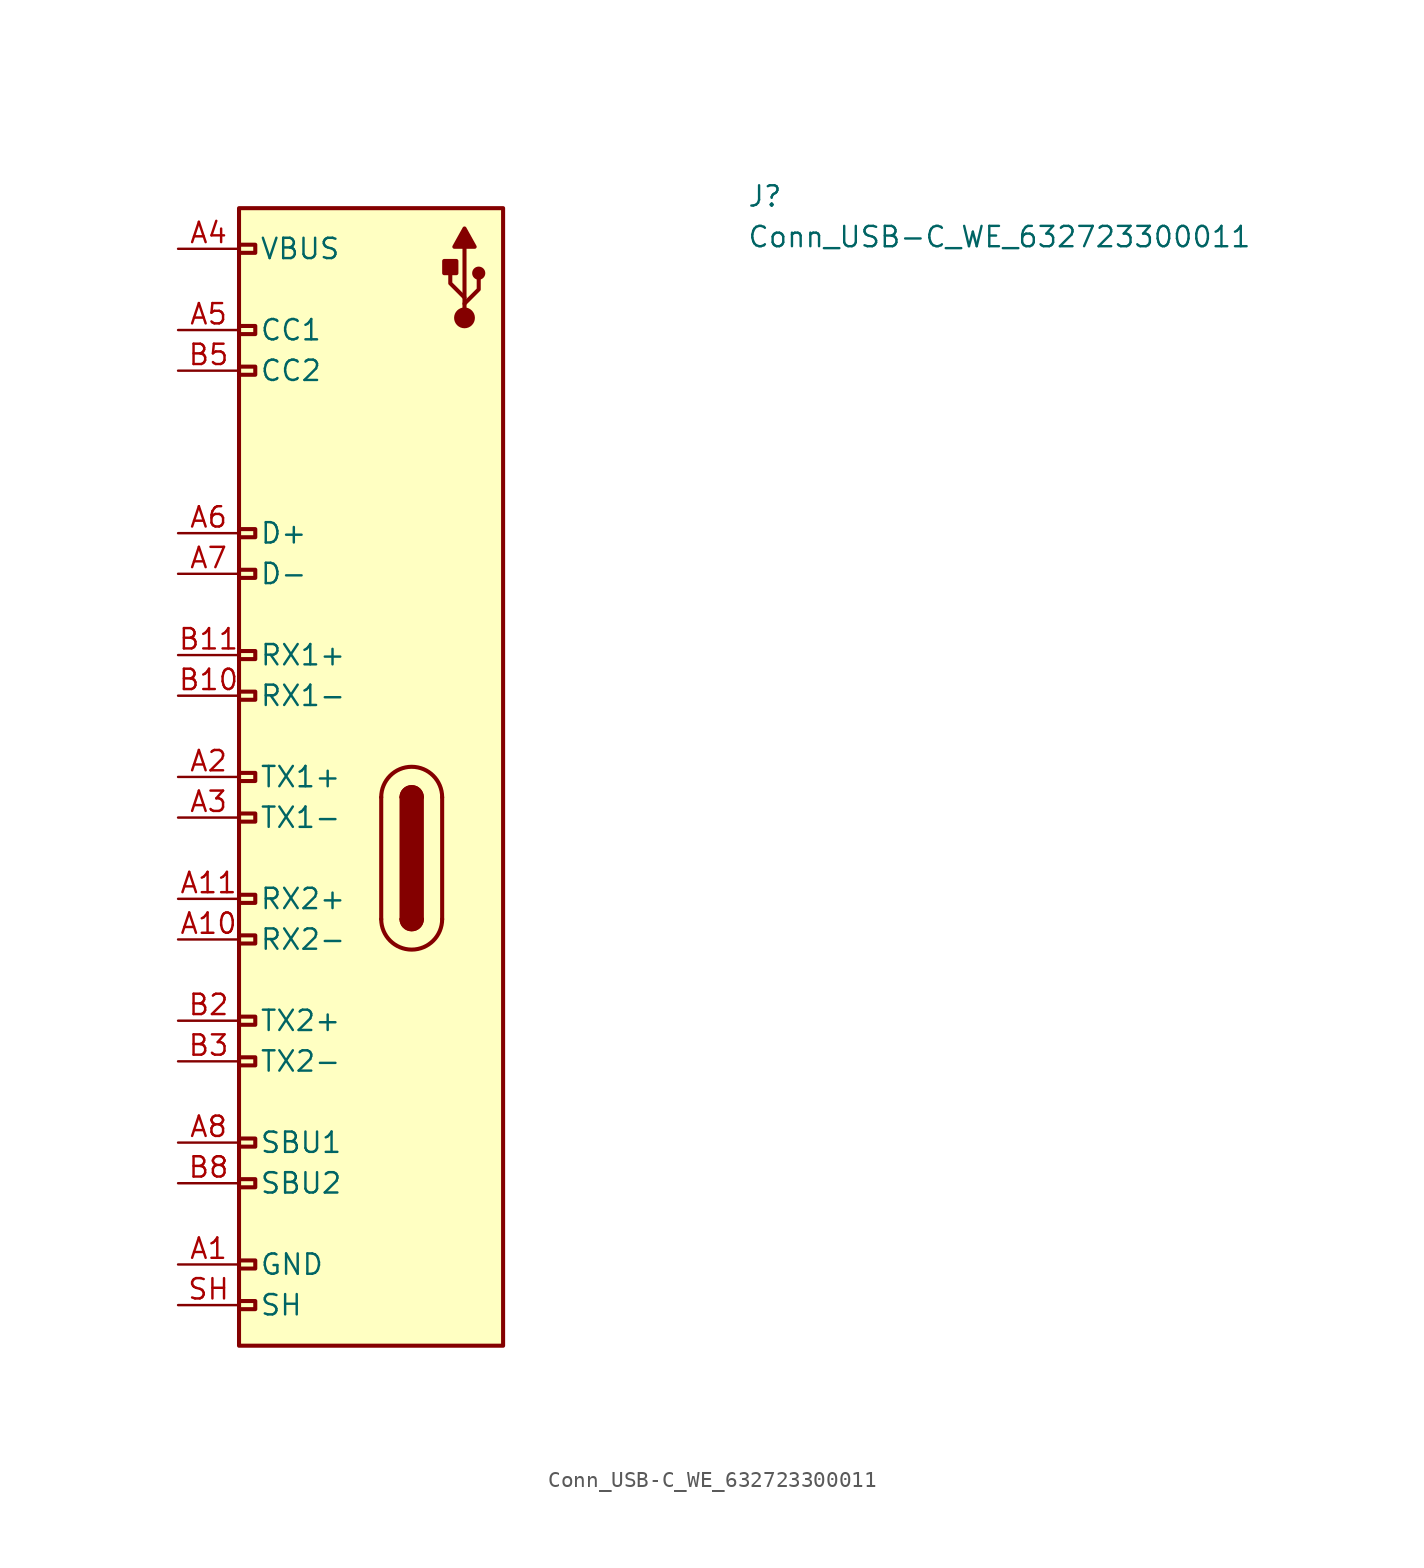
<source format=kicad_sym>
(kicad_symbol_lib
  (version 20211014)
  (generator kicad_symbol_editor)
  (symbol "Conn_USB-C_WE_632723300011"
    (pin_names
      (offset 1.27))
    (property "Reference" "J"
      (at 35.56 2.54 0)
      (effects (font (size 1.27 1.27) (thickness 0.15)) (justify left bottom)))
    (property "Value" "Conn_USB-C_WE_632723300011"
      (at 35.56 0 0)
      (effects (font (size 1.27 1.27) (thickness 0.15)) (justify left bottom)))
    (symbol "Conn_USB-C_WE_632723300011_1_1"
      (polyline (pts (xy 12.7 -34.29) (xy 12.7 -41.91)) (stroke (width 0.254) (type default) (color 0 0 0 0)) (fill (type background)))
      (polyline (pts (xy 16.51 -41.91) (xy 16.51 -34.29)) (stroke (width 0.254) (type default) (color 0 0 0 0)) (fill (type background)))
      (polyline (pts (xy 17.907 -4.191) (xy 17.907 0.127)) (stroke (width 0.254) (type default) (color 0 0 0 0)) (fill (type background)))
      (polyline (pts (xy 17.907 -3.429) (xy 18.796 -2.54) (xy 18.796 -1.905)) (stroke (width 0.254) (type default) (color 0 0 0 0)) (fill (type background)))
      (polyline (pts (xy 17.907 -3.048) (xy 17.018 -2.159) (xy 17.018 -1.524)) (stroke (width 0.254) (type default) (color 0 0 0 0)) (fill (type background)))
      (polyline (pts (xy 18.542 0.127) (xy 17.907 1.27) (xy 17.272 0.127) (xy 18.542 0.127)) (stroke (width 0.254) (type default) (color 0 0 0 0)) (fill (type outline)))
      (rectangle (start 3.81 -66.294) (end 4.826 -65.786) (stroke (width 0.254) (type default) (color 0 0 0 0)) (fill (type background)))
      (rectangle (start 3.81 2.54) (end 20.32 -68.58) (stroke (width 0.254) (type default) (color 0 0 0 0)) (fill (type background)))
      (rectangle (start 4.826 -63.246) (end 3.81 -63.754) (stroke (width 0.254) (type default) (color 0 0 0 0)) (fill (type background)))
      (rectangle (start 4.826 -58.674) (end 3.81 -58.166) (stroke (width 0.254) (type default) (color 0 0 0 0)) (fill (type background)))
      (rectangle (start 4.826 -56.134) (end 3.81 -55.626) (stroke (width 0.254) (type default) (color 0 0 0 0)) (fill (type background)))
      (rectangle (start 4.826 -51.054) (end 3.81 -50.546) (stroke (width 0.254) (type default) (color 0 0 0 0)) (fill (type background)))
      (rectangle (start 4.826 -48.514) (end 3.81 -48.006) (stroke (width 0.254) (type default) (color 0 0 0 0)) (fill (type background)))
      (rectangle (start 4.826 -43.434) (end 3.81 -42.926) (stroke (width 0.254) (type default) (color 0 0 0 0)) (fill (type background)))
      (rectangle (start 4.826 -40.894) (end 3.81 -40.386) (stroke (width 0.254) (type default) (color 0 0 0 0)) (fill (type background)))
      (rectangle (start 4.826 -35.814) (end 3.81 -35.306) (stroke (width 0.254) (type default) (color 0 0 0 0)) (fill (type background)))
      (rectangle (start 4.826 -33.274) (end 3.81 -32.766) (stroke (width 0.254) (type default) (color 0 0 0 0)) (fill (type background)))
      (rectangle (start 4.826 -28.194) (end 3.81 -27.686) (stroke (width 0.254) (type default) (color 0 0 0 0)) (fill (type background)))
      (rectangle (start 4.826 -25.654) (end 3.81 -25.146) (stroke (width 0.254) (type default) (color 0 0 0 0)) (fill (type background)))
      (rectangle (start 4.826 -20.574) (end 3.81 -20.066) (stroke (width 0.254) (type default) (color 0 0 0 0)) (fill (type background)))
      (rectangle (start 4.826 -18.034) (end 3.81 -17.526) (stroke (width 0.254) (type default) (color 0 0 0 0)) (fill (type background)))
      (rectangle (start 4.826 -7.874) (end 3.81 -7.366) (stroke (width 0.254) (type default) (color 0 0 0 0)) (fill (type background)))
      (rectangle (start 4.826 -5.334) (end 3.81 -4.826) (stroke (width 0.254) (type default) (color 0 0 0 0)) (fill (type background)))
      (rectangle (start 4.826 -0.254) (end 3.81 0.254) (stroke (width 0.254) (type default) (color 0 0 0 0)) (fill (type background)))
      (arc (start 12.7 -41.91) (mid 14.605 -43.815) (end 16.51 -41.91) (stroke (width 0.254) (type default) (color 0 0 0 0)) (fill (type background)))
      (arc (start 13.97 -41.91) (mid 14.605 -42.545) (end 15.24 -41.91) (stroke (width 0.254) (type default) (color 0 0 0 0)) (fill (type outline)))
      (arc (start 13.97 -41.91) (mid 14.605 -42.545) (end 15.24 -41.91) (stroke (width 0.254) (type default) (color 0 0 0 0)) (fill (type background)))
      (rectangle (start 13.97 -34.29) (end 15.24 -41.91) (stroke (width 0.254) (type default) (color 0 0 0 0)) (fill (type outline)))
      (arc (start 15.24 -34.29) (mid 14.605 -33.655) (end 13.97 -34.29) (stroke (width 0.254) (type default) (color 0 0 0 0)) (fill (type outline)))
      (arc (start 15.24 -34.29) (mid 14.605 -33.655) (end 13.97 -34.29) (stroke (width 0.254) (type default) (color 0 0 0 0)) (fill (type background)))
      (arc (start 16.51 -34.29) (mid 14.605 -32.385) (end 12.7 -34.29) (stroke (width 0.254) (type default) (color 0 0 0 0)) (fill (type background)))
      (rectangle (start 16.637 -0.762) (end 17.399 -1.524) (stroke (width 0.254) (type default) (color 0 0 0 0)) (fill (type outline)))
      (circle (center 17.907 -4.318) (radius 0.524) (stroke (width 0.254) (type default) (color 0 0 0 0)) (fill (type outline)))
      (circle (center 18.796 -1.524) (radius 0.284) (stroke (width 0.254) (type default) (color 0 0 0 0)) (fill (type outline)))
      (pin power_in line (at 0 -63.5 0) (length 3.81) (name "GND" (effects (font (size 1.27 1.27)))) (number "A1" (effects (font (size 1.27 1.27)))))
      (pin bidirectional line (at 0 -43.18 0) (length 3.81) (name "RX2-" (effects (font (size 1.27 1.27)))) (number "A10" (effects (font (size 1.27 1.27)))))
      (pin bidirectional line (at 0 -40.64 0) (length 3.81) (name "RX2+" (effects (font (size 1.27 1.27)))) (number "A11" (effects (font (size 1.27 1.27)))))
      (pin passive line (at 0 -63.5 0) (length 3.81) hide (name "GND" (effects (font (size 1.27 1.27)))) (number "A12" (effects (font (size 1.27 1.27)))))
      (pin bidirectional line (at 0 -33.02 0) (length 3.81) (name "TX1+" (effects (font (size 1.27 1.27)))) (number "A2" (effects (font (size 1.27 1.27)))))
      (pin bidirectional line (at 0 -35.56 0) (length 3.81) (name "TX1-" (effects (font (size 1.27 1.27)))) (number "A3" (effects (font (size 1.27 1.27)))))
      (pin passive line (at 0 0 0) (length 3.81) (name "VBUS" (effects (font (size 1.27 1.27)))) (number "A4" (effects (font (size 1.27 1.27)))))
      (pin bidirectional line (at 0 -5.08 0) (length 3.81) (name "CC1" (effects (font (size 1.27 1.27)))) (number "A5" (effects (font (size 1.27 1.27)))))
      (pin bidirectional line (at 0 -17.78 0) (length 3.81) (name "D+" (effects (font (size 1.27 1.27)))) (number "A6" (effects (font (size 1.27 1.27)))))
      (pin bidirectional line (at 0 -20.32 0) (length 3.81) (name "D-" (effects (font (size 1.27 1.27)))) (number "A7" (effects (font (size 1.27 1.27)))))
      (pin bidirectional line (at 0 -55.88 0) (length 3.81) (name "SBU1" (effects (font (size 1.27 1.27)))) (number "A8" (effects (font (size 1.27 1.27)))))
      (pin passive line (at 0 0 0) (length 3.81) hide (name "VBUS" (effects (font (size 1.27 1.27)))) (number "A9" (effects (font (size 1.27 1.27)))))
      (pin passive line (at 0 -63.5 0) (length 3.81) hide (name "GND" (effects (font (size 1.27 1.27)))) (number "B1" (effects (font (size 1.27 1.27)))))
      (pin bidirectional line (at 0 -27.94 0) (length 3.81) (name "RX1-" (effects (font (size 1.27 1.27)))) (number "B10" (effects (font (size 1.27 1.27)))))
      (pin bidirectional line (at 0 -25.4 0) (length 3.81) (name "RX1+" (effects (font (size 1.27 1.27)))) (number "B11" (effects (font (size 1.27 1.27)))))
      (pin passive line (at 0 -63.5 0) (length 3.81) hide (name "GND" (effects (font (size 1.27 1.27)))) (number "B12" (effects (font (size 1.27 1.27)))))
      (pin bidirectional line (at 0 -48.26 0) (length 3.81) (name "TX2+" (effects (font (size 1.27 1.27)))) (number "B2" (effects (font (size 1.27 1.27)))))
      (pin bidirectional line (at 0 -50.8 0) (length 3.81) (name "TX2-" (effects (font (size 1.27 1.27)))) (number "B3" (effects (font (size 1.27 1.27)))))
      (pin passive line (at 0 0 0) (length 3.81) hide (name "VBUS" (effects (font (size 1.27 1.27)))) (number "B4" (effects (font (size 1.27 1.27)))))
      (pin bidirectional line (at 0 -7.62 0) (length 3.81) (name "CC2" (effects (font (size 1.27 1.27)))) (number "B5" (effects (font (size 1.27 1.27)))))
      (pin passive line (at 0 -17.78 0) (length 3.81) hide (name "D+" (effects (font (size 1.27 1.27)))) (number "B6" (effects (font (size 1.27 1.27)))))
      (pin passive line (at 0 -20.32 0) (length 3.81) hide (name "D-" (effects (font (size 1.27 1.27)))) (number "B7" (effects (font (size 1.27 1.27)))))
      (pin bidirectional line (at 0 -58.42 0) (length 3.81) (name "SBU2" (effects (font (size 1.27 1.27)))) (number "B8" (effects (font (size 1.27 1.27)))))
      (pin passive line (at 0 0 0) (length 3.81) hide (name "VBUS" (effects (font (size 1.27 1.27)))) (number "B9" (effects (font (size 1.27 1.27)))))
      (pin passive line (at 0 -66.04 0) (length 3.81) (name "SH" (effects (font (size 1.27 1.27)))) (number "SH" (effects (font (size 1.27 1.27))))))))
</source>
